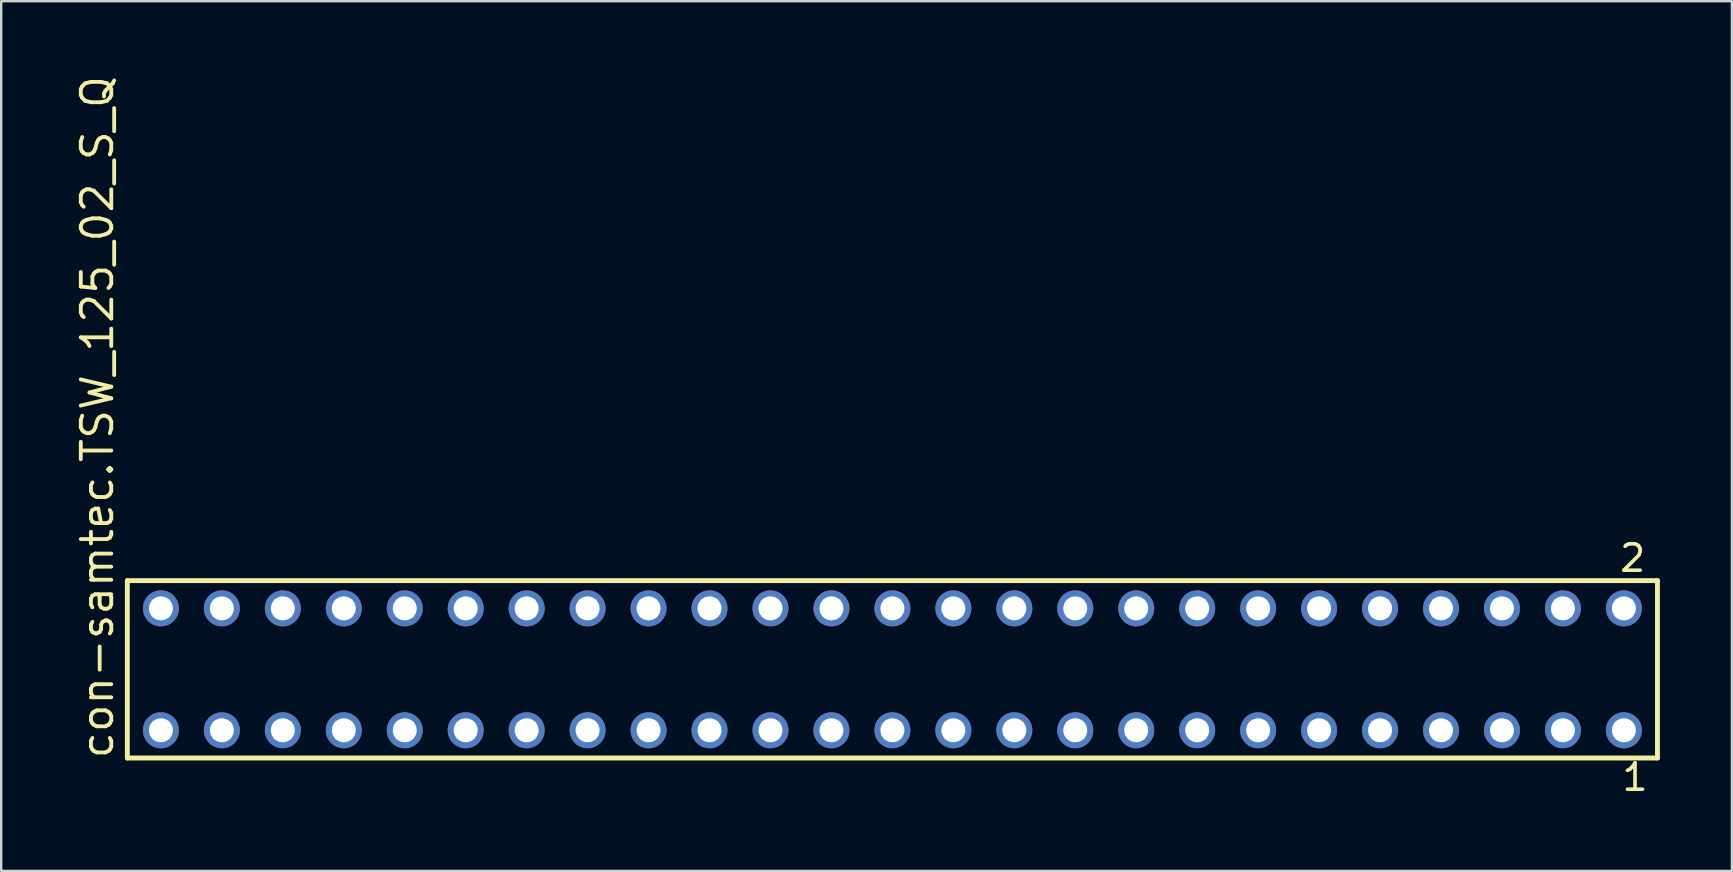
<source format=kicad_pcb>
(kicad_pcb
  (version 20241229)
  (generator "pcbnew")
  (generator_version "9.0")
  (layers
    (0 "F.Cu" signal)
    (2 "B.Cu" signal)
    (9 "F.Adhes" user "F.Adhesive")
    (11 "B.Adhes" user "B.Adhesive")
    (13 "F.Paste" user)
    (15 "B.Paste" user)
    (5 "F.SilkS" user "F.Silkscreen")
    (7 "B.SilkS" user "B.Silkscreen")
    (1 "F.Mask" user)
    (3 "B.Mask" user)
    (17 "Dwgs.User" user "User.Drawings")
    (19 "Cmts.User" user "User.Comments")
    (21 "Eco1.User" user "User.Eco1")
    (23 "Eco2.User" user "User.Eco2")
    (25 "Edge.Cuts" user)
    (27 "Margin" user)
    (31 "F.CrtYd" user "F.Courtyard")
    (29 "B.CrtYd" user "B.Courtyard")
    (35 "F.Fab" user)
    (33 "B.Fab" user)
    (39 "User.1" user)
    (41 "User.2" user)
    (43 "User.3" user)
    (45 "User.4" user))
  (footprint "con-samtec.TSW_125_02_S_Q"
    (layer "F.Cu")
    (at 34.135 24.84)
    (property "Reference" "con-samtec.TSW_125_02_S_Q" (at -32.385 3.81 90) (layer "F.SilkS") (effects (font (size 1.27 1.27) (thickness 0.16)) (justify left bottom)))
    (attr through_hole)
    (fp_line (start -31.879 -3.695) (end 31.879 -3.695) (stroke (width 0.203) (type default)) (layer "F.SilkS"))
    (fp_line (start -31.879 3.695) (end -31.879 -3.695) (stroke (width 0.203) (type default)) (layer "F.SilkS"))
    (fp_line (start 31.879 -3.695) (end 31.879 3.695) (stroke (width 0.203) (type default)) (layer "F.SilkS"))
    (fp_line (start 31.879 3.695) (end -31.879 3.695) (stroke (width 0.203) (type default)) (layer "F.SilkS"))
    (fp_rect (start -30.83 -2.19) (end -30.13 -2.89) (stroke (width 0.05) (type default)) (fill no) (layer "F.Fab"))
    (fp_rect (start -30.83 2.89) (end -30.13 2.19) (stroke (width 0.05) (type default)) (fill no) (layer "F.Fab"))
    (fp_rect (start -28.29 -2.19) (end -27.59 -2.89) (stroke (width 0.05) (type default)) (fill no) (layer "F.Fab"))
    (fp_rect (start -28.29 2.89) (end -27.59 2.19) (stroke (width 0.05) (type default)) (fill no) (layer "F.Fab"))
    (fp_rect (start -25.75 -2.19) (end -25.05 -2.89) (stroke (width 0.05) (type default)) (fill no) (layer "F.Fab"))
    (fp_rect (start -25.75 2.89) (end -25.05 2.19) (stroke (width 0.05) (type default)) (fill no) (layer "F.Fab"))
    (fp_rect (start -23.21 -2.19) (end -22.51 -2.89) (stroke (width 0.05) (type default)) (fill no) (layer "F.Fab"))
    (fp_rect (start -23.21 2.89) (end -22.51 2.19) (stroke (width 0.05) (type default)) (fill no) (layer "F.Fab"))
    (fp_rect (start -20.67 -2.19) (end -19.97 -2.89) (stroke (width 0.05) (type default)) (fill no) (layer "F.Fab"))
    (fp_rect (start -20.67 2.89) (end -19.97 2.19) (stroke (width 0.05) (type default)) (fill no) (layer "F.Fab"))
    (fp_rect (start -18.13 -2.19) (end -17.43 -2.89) (stroke (width 0.05) (type default)) (fill no) (layer "F.Fab"))
    (fp_rect (start -18.13 2.89) (end -17.43 2.19) (stroke (width 0.05) (type default)) (fill no) (layer "F.Fab"))
    (fp_rect (start -15.59 -2.19) (end -14.89 -2.89) (stroke (width 0.05) (type default)) (fill no) (layer "F.Fab"))
    (fp_rect (start -15.59 2.89) (end -14.89 2.19) (stroke (width 0.05) (type default)) (fill no) (layer "F.Fab"))
    (fp_rect (start -13.05 -2.19) (end -12.35 -2.89) (stroke (width 0.05) (type default)) (fill no) (layer "F.Fab"))
    (fp_rect (start -13.05 2.89) (end -12.35 2.19) (stroke (width 0.05) (type default)) (fill no) (layer "F.Fab"))
    (fp_rect (start -10.51 -2.19) (end -9.81 -2.89) (stroke (width 0.05) (type default)) (fill no) (layer "F.Fab"))
    (fp_rect (start -10.51 2.89) (end -9.81 2.19) (stroke (width 0.05) (type default)) (fill no) (layer "F.Fab"))
    (fp_rect (start -7.97 -2.19) (end -7.27 -2.89) (stroke (width 0.05) (type default)) (fill no) (layer "F.Fab"))
    (fp_rect (start -7.97 2.89) (end -7.27 2.19) (stroke (width 0.05) (type default)) (fill no) (layer "F.Fab"))
    (fp_rect (start -5.43 -2.19) (end -4.73 -2.89) (stroke (width 0.05) (type default)) (fill no) (layer "F.Fab"))
    (fp_rect (start -5.43 2.89) (end -4.73 2.19) (stroke (width 0.05) (type default)) (fill no) (layer "F.Fab"))
    (fp_rect (start -2.89 -2.19) (end -2.19 -2.89) (stroke (width 0.05) (type default)) (fill no) (layer "F.Fab"))
    (fp_rect (start -2.89 2.89) (end -2.19 2.19) (stroke (width 0.05) (type default)) (fill no) (layer "F.Fab"))
    (fp_rect (start -0.35 -2.19) (end 0.35 -2.89) (stroke (width 0.05) (type default)) (fill no) (layer "F.Fab"))
    (fp_rect (start -0.35 2.89) (end 0.35 2.19) (stroke (width 0.05) (type default)) (fill no) (layer "F.Fab"))
    (fp_rect (start 2.19 -2.19) (end 2.89 -2.89) (stroke (width 0.05) (type default)) (fill no) (layer "F.Fab"))
    (fp_rect (start 2.19 2.89) (end 2.89 2.19) (stroke (width 0.05) (type default)) (fill no) (layer "F.Fab"))
    (fp_rect (start 4.73 -2.19) (end 5.43 -2.89) (stroke (width 0.05) (type default)) (fill no) (layer "F.Fab"))
    (fp_rect (start 4.73 2.89) (end 5.43 2.19) (stroke (width 0.05) (type default)) (fill no) (layer "F.Fab"))
    (fp_rect (start 7.27 -2.19) (end 7.97 -2.89) (stroke (width 0.05) (type default)) (fill no) (layer "F.Fab"))
    (fp_rect (start 7.27 2.89) (end 7.97 2.19) (stroke (width 0.05) (type default)) (fill no) (layer "F.Fab"))
    (fp_rect (start 9.81 -2.19) (end 10.51 -2.89) (stroke (width 0.05) (type default)) (fill no) (layer "F.Fab"))
    (fp_rect (start 9.81 2.89) (end 10.51 2.19) (stroke (width 0.05) (type default)) (fill no) (layer "F.Fab"))
    (fp_rect (start 12.35 -2.19) (end 13.05 -2.89) (stroke (width 0.05) (type default)) (fill no) (layer "F.Fab"))
    (fp_rect (start 12.35 2.89) (end 13.05 2.19) (stroke (width 0.05) (type default)) (fill no) (layer "F.Fab"))
    (fp_rect (start 14.89 -2.19) (end 15.59 -2.89) (stroke (width 0.05) (type default)) (fill no) (layer "F.Fab"))
    (fp_rect (start 14.89 2.89) (end 15.59 2.19) (stroke (width 0.05) (type default)) (fill no) (layer "F.Fab"))
    (fp_rect (start 17.43 -2.19) (end 18.13 -2.89) (stroke (width 0.05) (type default)) (fill no) (layer "F.Fab"))
    (fp_rect (start 17.43 2.89) (end 18.13 2.19) (stroke (width 0.05) (type default)) (fill no) (layer "F.Fab"))
    (fp_rect (start 19.97 -2.19) (end 20.67 -2.89) (stroke (width 0.05) (type default)) (fill no) (layer "F.Fab"))
    (fp_rect (start 19.97 2.89) (end 20.67 2.19) (stroke (width 0.05) (type default)) (fill no) (layer "F.Fab"))
    (fp_rect (start 22.51 -2.19) (end 23.21 -2.89) (stroke (width 0.05) (type default)) (fill no) (layer "F.Fab"))
    (fp_rect (start 22.51 2.89) (end 23.21 2.19) (stroke (width 0.05) (type default)) (fill no) (layer "F.Fab"))
    (fp_rect (start 25.05 -2.19) (end 25.75 -2.89) (stroke (width 0.05) (type default)) (fill no) (layer "F.Fab"))
    (fp_rect (start 25.05 2.89) (end 25.75 2.19) (stroke (width 0.05) (type default)) (fill no) (layer "F.Fab"))
    (fp_rect (start 27.59 -2.19) (end 28.29 -2.89) (stroke (width 0.05) (type default)) (fill no) (layer "F.Fab"))
    (fp_rect (start 27.59 2.89) (end 28.29 2.19) (stroke (width 0.05) (type default)) (fill no) (layer "F.Fab"))
    (fp_rect (start 30.13 -2.19) (end 30.83 -2.89) (stroke (width 0.05) (type default)) (fill no) (layer "F.Fab"))
    (fp_rect (start 30.13 2.89) (end 30.83 2.19) (stroke (width 0.05) (type default)) (fill no) (layer "F.Fab"))
    (fp_text user "2" (at 30.222 -3.989 0) (layer "F.SilkS") (effects (font (size 1.1 1.1) (thickness 0.15)) (justify left bottom)))
    (fp_text user "1" (at 30.322 5.138 0) (layer "F.SilkS") (effects (font (size 1.1 1.1) (thickness 0.15)) (justify left bottom)))
    (pad "1" thru_hole circle (at 30.48 2.54 180) (size 1.5 1.5) (drill 1) (layers "*.Cu" "*.Mask"))
    (pad "2" thru_hole circle (at 30.48 -2.54 180) (size 1.5 1.5) (drill 1) (layers "*.Cu" "*.Mask"))
    (pad "3" thru_hole circle (at 27.94 2.54 180) (size 1.5 1.5) (drill 1) (layers "*.Cu" "*.Mask"))
    (pad "4" thru_hole circle (at 27.94 -2.54 180) (size 1.5 1.5) (drill 1) (layers "*.Cu" "*.Mask"))
    (pad "5" thru_hole circle (at 25.4 2.54 180) (size 1.5 1.5) (drill 1) (layers "*.Cu" "*.Mask"))
    (pad "6" thru_hole circle (at 25.4 -2.54 180) (size 1.5 1.5) (drill 1) (layers "*.Cu" "*.Mask"))
    (pad "7" thru_hole circle (at 22.86 2.54 180) (size 1.5 1.5) (drill 1) (layers "*.Cu" "*.Mask"))
    (pad "8" thru_hole circle (at 22.86 -2.54 180) (size 1.5 1.5) (drill 1) (layers "*.Cu" "*.Mask"))
    (pad "9" thru_hole circle (at 20.32 2.54 180) (size 1.5 1.5) (drill 1) (layers "*.Cu" "*.Mask"))
    (pad "10" thru_hole circle (at 20.32 -2.54 180) (size 1.5 1.5) (drill 1) (layers "*.Cu" "*.Mask"))
    (pad "11" thru_hole circle (at 17.78 2.54 180) (size 1.5 1.5) (drill 1) (layers "*.Cu" "*.Mask"))
    (pad "12" thru_hole circle (at 17.78 -2.54 180) (size 1.5 1.5) (drill 1) (layers "*.Cu" "*.Mask"))
    (pad "13" thru_hole circle (at 15.24 2.54 180) (size 1.5 1.5) (drill 1) (layers "*.Cu" "*.Mask"))
    (pad "14" thru_hole circle (at 15.24 -2.54 180) (size 1.5 1.5) (drill 1) (layers "*.Cu" "*.Mask"))
    (pad "15" thru_hole circle (at 12.7 2.54 180) (size 1.5 1.5) (drill 1) (layers "*.Cu" "*.Mask"))
    (pad "16" thru_hole circle (at 12.7 -2.54 180) (size 1.5 1.5) (drill 1) (layers "*.Cu" "*.Mask"))
    (pad "17" thru_hole circle (at 10.16 2.54 180) (size 1.5 1.5) (drill 1) (layers "*.Cu" "*.Mask"))
    (pad "18" thru_hole circle (at 10.16 -2.54 180) (size 1.5 1.5) (drill 1) (layers "*.Cu" "*.Mask"))
    (pad "19" thru_hole circle (at 7.62 2.54 180) (size 1.5 1.5) (drill 1) (layers "*.Cu" "*.Mask"))
    (pad "20" thru_hole circle (at 7.62 -2.54 180) (size 1.5 1.5) (drill 1) (layers "*.Cu" "*.Mask"))
    (pad "21" thru_hole circle (at 5.08 2.54 180) (size 1.5 1.5) (drill 1) (layers "*.Cu" "*.Mask"))
    (pad "22" thru_hole circle (at 5.08 -2.54 180) (size 1.5 1.5) (drill 1) (layers "*.Cu" "*.Mask"))
    (pad "23" thru_hole circle (at 2.54 2.54 180) (size 1.5 1.5) (drill 1) (layers "*.Cu" "*.Mask"))
    (pad "24" thru_hole circle (at 2.54 -2.54 180) (size 1.5 1.5) (drill 1) (layers "*.Cu" "*.Mask"))
    (pad "25" thru_hole circle (at 0 2.54 180) (size 1.5 1.5) (drill 1) (layers "*.Cu" "*.Mask"))
    (pad "26" thru_hole circle (at 0 -2.54 180) (size 1.5 1.5) (drill 1) (layers "*.Cu" "*.Mask"))
    (pad "27" thru_hole circle (at -2.54 2.54 180) (size 1.5 1.5) (drill 1) (layers "*.Cu" "*.Mask"))
    (pad "28" thru_hole circle (at -2.54 -2.54 180) (size 1.5 1.5) (drill 1) (layers "*.Cu" "*.Mask"))
    (pad "29" thru_hole circle (at -5.08 2.54 180) (size 1.5 1.5) (drill 1) (layers "*.Cu" "*.Mask"))
    (pad "30" thru_hole circle (at -5.08 -2.54 180) (size 1.5 1.5) (drill 1) (layers "*.Cu" "*.Mask"))
    (pad "31" thru_hole circle (at -7.62 2.54 180) (size 1.5 1.5) (drill 1) (layers "*.Cu" "*.Mask"))
    (pad "32" thru_hole circle (at -7.62 -2.54 180) (size 1.5 1.5) (drill 1) (layers "*.Cu" "*.Mask"))
    (pad "33" thru_hole circle (at -10.16 2.54 180) (size 1.5 1.5) (drill 1) (layers "*.Cu" "*.Mask"))
    (pad "34" thru_hole circle (at -10.16 -2.54 180) (size 1.5 1.5) (drill 1) (layers "*.Cu" "*.Mask"))
    (pad "35" thru_hole circle (at -12.7 2.54 180) (size 1.5 1.5) (drill 1) (layers "*.Cu" "*.Mask"))
    (pad "36" thru_hole circle (at -12.7 -2.54 180) (size 1.5 1.5) (drill 1) (layers "*.Cu" "*.Mask"))
    (pad "37" thru_hole circle (at -15.24 2.54 180) (size 1.5 1.5) (drill 1) (layers "*.Cu" "*.Mask"))
    (pad "38" thru_hole circle (at -15.24 -2.54 180) (size 1.5 1.5) (drill 1) (layers "*.Cu" "*.Mask"))
    (pad "39" thru_hole circle (at -17.78 2.54 180) (size 1.5 1.5) (drill 1) (layers "*.Cu" "*.Mask"))
    (pad "40" thru_hole circle (at -17.78 -2.54 180) (size 1.5 1.5) (drill 1) (layers "*.Cu" "*.Mask"))
    (pad "41" thru_hole circle (at -20.32 2.54 180) (size 1.5 1.5) (drill 1) (layers "*.Cu" "*.Mask"))
    (pad "42" thru_hole circle (at -20.32 -2.54 180) (size 1.5 1.5) (drill 1) (layers "*.Cu" "*.Mask"))
    (pad "43" thru_hole circle (at -22.86 2.54 180) (size 1.5 1.5) (drill 1) (layers "*.Cu" "*.Mask"))
    (pad "44" thru_hole circle (at -22.86 -2.54 180) (size 1.5 1.5) (drill 1) (layers "*.Cu" "*.Mask"))
    (pad "45" thru_hole circle (at -25.4 2.54 180) (size 1.5 1.5) (drill 1) (layers "*.Cu" "*.Mask"))
    (pad "46" thru_hole circle (at -25.4 -2.54 180) (size 1.5 1.5) (drill 1) (layers "*.Cu" "*.Mask"))
    (pad "47" thru_hole circle (at -27.94 2.54 180) (size 1.5 1.5) (drill 1) (layers "*.Cu" "*.Mask"))
    (pad "48" thru_hole circle (at -27.94 -2.54 180) (size 1.5 1.5) (drill 1) (layers "*.Cu" "*.Mask"))
    (pad "49" thru_hole circle (at -30.48 2.54 180) (size 1.5 1.5) (drill 1) (layers "*.Cu" "*.Mask"))
    (pad "50" thru_hole circle (at -30.48 -2.54 180) (size 1.5 1.5) (drill 1) (layers "*.Cu" "*.Mask")))
  (gr_rect
    (start -3 -3)
    (end 69.116 33.241)
    (stroke (width 0.1) (type default))
    (fill no)
    (layer "Edge.Cuts")))
</source>
